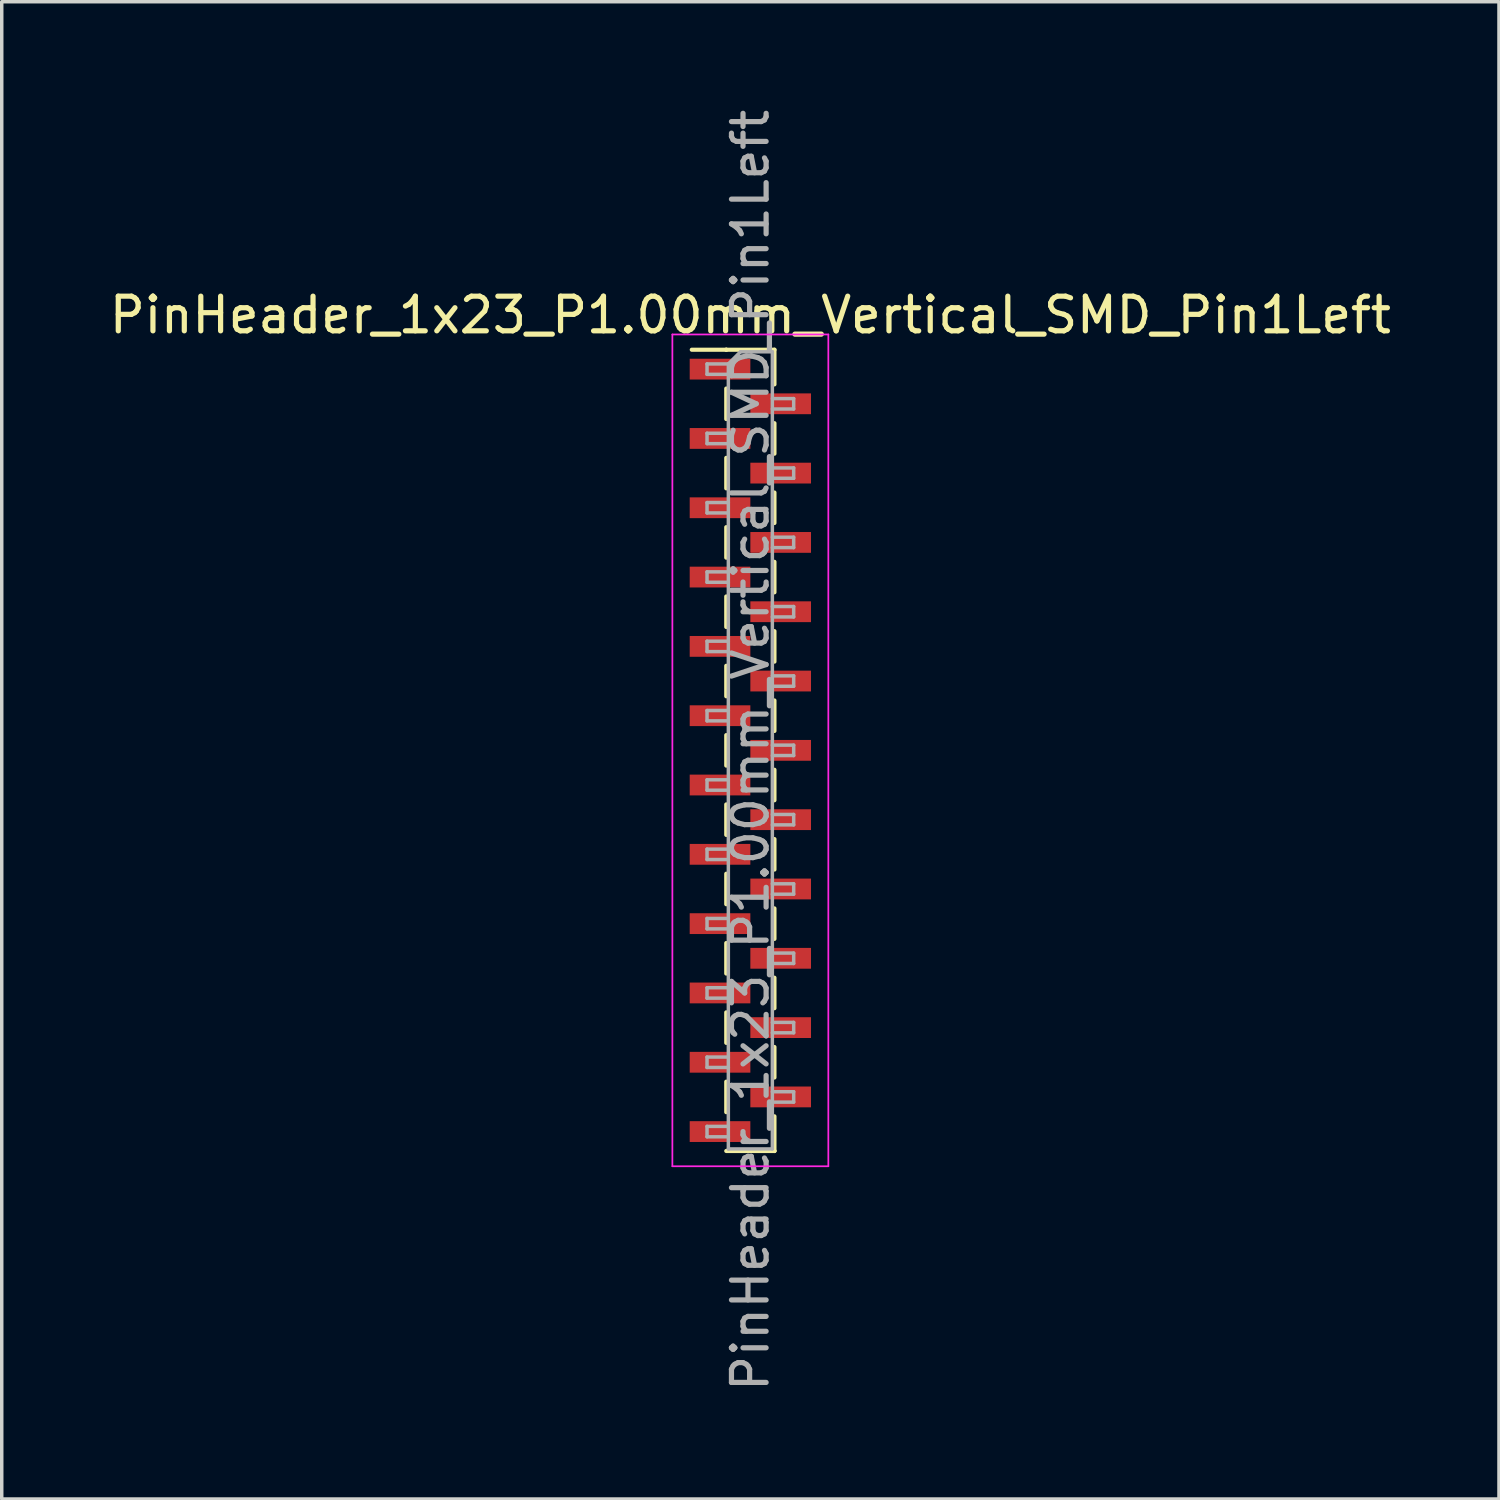
<source format=kicad_pcb>
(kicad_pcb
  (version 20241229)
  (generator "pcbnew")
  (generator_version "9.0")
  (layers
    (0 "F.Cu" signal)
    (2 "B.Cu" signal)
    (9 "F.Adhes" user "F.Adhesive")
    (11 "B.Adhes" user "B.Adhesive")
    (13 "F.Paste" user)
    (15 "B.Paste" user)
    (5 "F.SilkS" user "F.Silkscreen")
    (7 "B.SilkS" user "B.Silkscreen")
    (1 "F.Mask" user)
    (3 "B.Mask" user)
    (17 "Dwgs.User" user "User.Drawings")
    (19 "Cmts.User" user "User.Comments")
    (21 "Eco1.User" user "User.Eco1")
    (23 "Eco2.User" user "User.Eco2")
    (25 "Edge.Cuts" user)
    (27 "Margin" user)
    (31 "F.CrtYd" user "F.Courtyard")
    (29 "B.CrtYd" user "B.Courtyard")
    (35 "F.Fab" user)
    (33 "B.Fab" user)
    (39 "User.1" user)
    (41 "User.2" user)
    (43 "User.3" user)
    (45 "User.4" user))
  (footprint "PinHeader_1x23_P1.00mm_Vertical_SMD_Pin1Left"
    (layer "F.Cu")
    (at 18.601 18.601)
    (property "Reference" "PinHeader_1x23_P1.00mm_Vertical_SMD_Pin1Left" (at 0 -12.56 0) (layer "F.SilkS") (effects (font (size 1 1) (thickness 0.15))))
    (attr smd)
    (fp_line (start -0.695 -11.56) (end -1.69 -11.56) (stroke (width 0.12) (type solid)) (layer "F.SilkS"))
    (fp_line (start -0.695 -11.56) (end -0.695 -11.56) (stroke (width 0.12) (type solid)) (layer "F.SilkS"))
    (fp_line (start -0.695 -11.56) (end 0.695 -11.56) (stroke (width 0.12) (type solid)) (layer "F.SilkS"))
    (fp_line (start -0.695 -10.44) (end -0.695 -9.56) (stroke (width 0.12) (type solid)) (layer "F.SilkS"))
    (fp_line (start -0.695 -8.44) (end -0.695 -7.56) (stroke (width 0.12) (type solid)) (layer "F.SilkS"))
    (fp_line (start -0.695 -6.44) (end -0.695 -5.56) (stroke (width 0.12) (type solid)) (layer "F.SilkS"))
    (fp_line (start -0.695 -4.44) (end -0.695 -3.56) (stroke (width 0.12) (type solid)) (layer "F.SilkS"))
    (fp_line (start -0.695 -2.44) (end -0.695 -1.56) (stroke (width 0.12) (type solid)) (layer "F.SilkS"))
    (fp_line (start -0.695 -0.44) (end -0.695 0.44) (stroke (width 0.12) (type solid)) (layer "F.SilkS"))
    (fp_line (start -0.695 1.56) (end -0.695 2.44) (stroke (width 0.12) (type solid)) (layer "F.SilkS"))
    (fp_line (start -0.695 3.56) (end -0.695 4.44) (stroke (width 0.12) (type solid)) (layer "F.SilkS"))
    (fp_line (start -0.695 5.56) (end -0.695 6.44) (stroke (width 0.12) (type solid)) (layer "F.SilkS"))
    (fp_line (start -0.695 7.56) (end -0.695 8.44) (stroke (width 0.12) (type solid)) (layer "F.SilkS"))
    (fp_line (start -0.695 9.56) (end -0.695 10.44) (stroke (width 0.12) (type solid)) (layer "F.SilkS"))
    (fp_line (start -0.695 11.56) (end 0.695 11.56) (stroke (width 0.12) (type solid)) (layer "F.SilkS"))
    (fp_line (start 0.695 -11.56) (end 0.695 -10.56) (stroke (width 0.12) (type solid)) (layer "F.SilkS"))
    (fp_line (start 0.695 -9.44) (end 0.695 -8.56) (stroke (width 0.12) (type solid)) (layer "F.SilkS"))
    (fp_line (start 0.695 -7.44) (end 0.695 -6.56) (stroke (width 0.12) (type solid)) (layer "F.SilkS"))
    (fp_line (start 0.695 -5.44) (end 0.695 -4.56) (stroke (width 0.12) (type solid)) (layer "F.SilkS"))
    (fp_line (start 0.695 -3.44) (end 0.695 -2.56) (stroke (width 0.12) (type solid)) (layer "F.SilkS"))
    (fp_line (start 0.695 -1.44) (end 0.695 -0.56) (stroke (width 0.12) (type solid)) (layer "F.SilkS"))
    (fp_line (start 0.695 0.56) (end 0.695 1.44) (stroke (width 0.12) (type solid)) (layer "F.SilkS"))
    (fp_line (start 0.695 2.56) (end 0.695 3.44) (stroke (width 0.12) (type solid)) (layer "F.SilkS"))
    (fp_line (start 0.695 4.56) (end 0.695 5.44) (stroke (width 0.12) (type solid)) (layer "F.SilkS"))
    (fp_line (start 0.695 6.56) (end 0.695 7.44) (stroke (width 0.12) (type solid)) (layer "F.SilkS"))
    (fp_line (start 0.695 8.56) (end 0.695 9.44) (stroke (width 0.12) (type solid)) (layer "F.SilkS"))
    (fp_line (start 0.695 10.56) (end 0.695 11.56) (stroke (width 0.12) (type solid)) (layer "F.SilkS"))
    (fp_line (start 0.695 11.56) (end 0.695 11.56) (stroke (width 0.12) (type solid)) (layer "F.SilkS"))
    (fp_line (start -2.25 -12) (end -2.25 12) (stroke (width 0.05) (type solid)) (layer "F.CrtYd"))
    (fp_line (start -2.25 12) (end 2.25 12) (stroke (width 0.05) (type solid)) (layer "F.CrtYd"))
    (fp_line (start 2.25 -12) (end -2.25 -12) (stroke (width 0.05) (type solid)) (layer "F.CrtYd"))
    (fp_line (start 2.25 12) (end 2.25 -12) (stroke (width 0.05) (type solid)) (layer "F.CrtYd"))
    (fp_line (start -1.25 -11.15) (end -1.25 -10.85) (stroke (width 0.1) (type solid)) (layer "F.Fab"))
    (fp_line (start -1.25 -10.85) (end -0.635 -10.85) (stroke (width 0.1) (type solid)) (layer "F.Fab"))
    (fp_line (start -1.25 -9.15) (end -1.25 -8.85) (stroke (width 0.1) (type solid)) (layer "F.Fab"))
    (fp_line (start -1.25 -8.85) (end -0.635 -8.85) (stroke (width 0.1) (type solid)) (layer "F.Fab"))
    (fp_line (start -1.25 -7.15) (end -1.25 -6.85) (stroke (width 0.1) (type solid)) (layer "F.Fab"))
    (fp_line (start -1.25 -6.85) (end -0.635 -6.85) (stroke (width 0.1) (type solid)) (layer "F.Fab"))
    (fp_line (start -1.25 -5.15) (end -1.25 -4.85) (stroke (width 0.1) (type solid)) (layer "F.Fab"))
    (fp_line (start -1.25 -4.85) (end -0.635 -4.85) (stroke (width 0.1) (type solid)) (layer "F.Fab"))
    (fp_line (start -1.25 -3.15) (end -1.25 -2.85) (stroke (width 0.1) (type solid)) (layer "F.Fab"))
    (fp_line (start -1.25 -2.85) (end -0.635 -2.85) (stroke (width 0.1) (type solid)) (layer "F.Fab"))
    (fp_line (start -1.25 -1.15) (end -1.25 -0.85) (stroke (width 0.1) (type solid)) (layer "F.Fab"))
    (fp_line (start -1.25 -0.85) (end -0.635 -0.85) (stroke (width 0.1) (type solid)) (layer "F.Fab"))
    (fp_line (start -1.25 0.85) (end -1.25 1.15) (stroke (width 0.1) (type solid)) (layer "F.Fab"))
    (fp_line (start -1.25 1.15) (end -0.635 1.15) (stroke (width 0.1) (type solid)) (layer "F.Fab"))
    (fp_line (start -1.25 2.85) (end -1.25 3.15) (stroke (width 0.1) (type solid)) (layer "F.Fab"))
    (fp_line (start -1.25 3.15) (end -0.635 3.15) (stroke (width 0.1) (type solid)) (layer "F.Fab"))
    (fp_line (start -1.25 4.85) (end -1.25 5.15) (stroke (width 0.1) (type solid)) (layer "F.Fab"))
    (fp_line (start -1.25 5.15) (end -0.635 5.15) (stroke (width 0.1) (type solid)) (layer "F.Fab"))
    (fp_line (start -1.25 6.85) (end -1.25 7.15) (stroke (width 0.1) (type solid)) (layer "F.Fab"))
    (fp_line (start -1.25 7.15) (end -0.635 7.15) (stroke (width 0.1) (type solid)) (layer "F.Fab"))
    (fp_line (start -1.25 8.85) (end -1.25 9.15) (stroke (width 0.1) (type solid)) (layer "F.Fab"))
    (fp_line (start -1.25 9.15) (end -0.635 9.15) (stroke (width 0.1) (type solid)) (layer "F.Fab"))
    (fp_line (start -1.25 10.85) (end -1.25 11.15) (stroke (width 0.1) (type solid)) (layer "F.Fab"))
    (fp_line (start -1.25 11.15) (end -0.635 11.15) (stroke (width 0.1) (type solid)) (layer "F.Fab"))
    (fp_line (start -0.635 -11.15) (end -1.25 -11.15) (stroke (width 0.1) (type solid)) (layer "F.Fab"))
    (fp_line (start -0.635 -11.15) (end -0.285 -11.5) (stroke (width 0.1) (type solid)) (layer "F.Fab"))
    (fp_line (start -0.635 -9.15) (end -1.25 -9.15) (stroke (width 0.1) (type solid)) (layer "F.Fab"))
    (fp_line (start -0.635 -7.15) (end -1.25 -7.15) (stroke (width 0.1) (type solid)) (layer "F.Fab"))
    (fp_line (start -0.635 -5.15) (end -1.25 -5.15) (stroke (width 0.1) (type solid)) (layer "F.Fab"))
    (fp_line (start -0.635 -3.15) (end -1.25 -3.15) (stroke (width 0.1) (type solid)) (layer "F.Fab"))
    (fp_line (start -0.635 -1.15) (end -1.25 -1.15) (stroke (width 0.1) (type solid)) (layer "F.Fab"))
    (fp_line (start -0.635 0.85) (end -1.25 0.85) (stroke (width 0.1) (type solid)) (layer "F.Fab"))
    (fp_line (start -0.635 2.85) (end -1.25 2.85) (stroke (width 0.1) (type solid)) (layer "F.Fab"))
    (fp_line (start -0.635 4.85) (end -1.25 4.85) (stroke (width 0.1) (type solid)) (layer "F.Fab"))
    (fp_line (start -0.635 6.85) (end -1.25 6.85) (stroke (width 0.1) (type solid)) (layer "F.Fab"))
    (fp_line (start -0.635 8.85) (end -1.25 8.85) (stroke (width 0.1) (type solid)) (layer "F.Fab"))
    (fp_line (start -0.635 10.85) (end -1.25 10.85) (stroke (width 0.1) (type solid)) (layer "F.Fab"))
    (fp_line (start -0.635 11.5) (end -0.635 -11.15) (stroke (width 0.1) (type solid)) (layer "F.Fab"))
    (fp_line (start -0.285 -11.5) (end 0.635 -11.5) (stroke (width 0.1) (type solid)) (layer "F.Fab"))
    (fp_line (start 0.635 -11.5) (end 0.635 11.5) (stroke (width 0.1) (type solid)) (layer "F.Fab"))
    (fp_line (start 0.635 -10.15) (end 1.25 -10.15) (stroke (width 0.1) (type solid)) (layer "F.Fab"))
    (fp_line (start 0.635 -8.15) (end 1.25 -8.15) (stroke (width 0.1) (type solid)) (layer "F.Fab"))
    (fp_line (start 0.635 -6.15) (end 1.25 -6.15) (stroke (width 0.1) (type solid)) (layer "F.Fab"))
    (fp_line (start 0.635 -4.15) (end 1.25 -4.15) (stroke (width 0.1) (type solid)) (layer "F.Fab"))
    (fp_line (start 0.635 -2.15) (end 1.25 -2.15) (stroke (width 0.1) (type solid)) (layer "F.Fab"))
    (fp_line (start 0.635 -0.15) (end 1.25 -0.15) (stroke (width 0.1) (type solid)) (layer "F.Fab"))
    (fp_line (start 0.635 1.85) (end 1.25 1.85) (stroke (width 0.1) (type solid)) (layer "F.Fab"))
    (fp_line (start 0.635 3.85) (end 1.25 3.85) (stroke (width 0.1) (type solid)) (layer "F.Fab"))
    (fp_line (start 0.635 5.85) (end 1.25 5.85) (stroke (width 0.1) (type solid)) (layer "F.Fab"))
    (fp_line (start 0.635 7.85) (end 1.25 7.85) (stroke (width 0.1) (type solid)) (layer "F.Fab"))
    (fp_line (start 0.635 9.85) (end 1.25 9.85) (stroke (width 0.1) (type solid)) (layer "F.Fab"))
    (fp_line (start 0.635 11.5) (end -0.635 11.5) (stroke (width 0.1) (type solid)) (layer "F.Fab"))
    (fp_line (start 1.25 -10.15) (end 1.25 -9.85) (stroke (width 0.1) (type solid)) (layer "F.Fab"))
    (fp_line (start 1.25 -9.85) (end 0.635 -9.85) (stroke (width 0.1) (type solid)) (layer "F.Fab"))
    (fp_line (start 1.25 -8.15) (end 1.25 -7.85) (stroke (width 0.1) (type solid)) (layer "F.Fab"))
    (fp_line (start 1.25 -7.85) (end 0.635 -7.85) (stroke (width 0.1) (type solid)) (layer "F.Fab"))
    (fp_line (start 1.25 -6.15) (end 1.25 -5.85) (stroke (width 0.1) (type solid)) (layer "F.Fab"))
    (fp_line (start 1.25 -5.85) (end 0.635 -5.85) (stroke (width 0.1) (type solid)) (layer "F.Fab"))
    (fp_line (start 1.25 -4.15) (end 1.25 -3.85) (stroke (width 0.1) (type solid)) (layer "F.Fab"))
    (fp_line (start 1.25 -3.85) (end 0.635 -3.85) (stroke (width 0.1) (type solid)) (layer "F.Fab"))
    (fp_line (start 1.25 -2.15) (end 1.25 -1.85) (stroke (width 0.1) (type solid)) (layer "F.Fab"))
    (fp_line (start 1.25 -1.85) (end 0.635 -1.85) (stroke (width 0.1) (type solid)) (layer "F.Fab"))
    (fp_line (start 1.25 -0.15) (end 1.25 0.15) (stroke (width 0.1) (type solid)) (layer "F.Fab"))
    (fp_line (start 1.25 0.15) (end 0.635 0.15) (stroke (width 0.1) (type solid)) (layer "F.Fab"))
    (fp_line (start 1.25 1.85) (end 1.25 2.15) (stroke (width 0.1) (type solid)) (layer "F.Fab"))
    (fp_line (start 1.25 2.15) (end 0.635 2.15) (stroke (width 0.1) (type solid)) (layer "F.Fab"))
    (fp_line (start 1.25 3.85) (end 1.25 4.15) (stroke (width 0.1) (type solid)) (layer "F.Fab"))
    (fp_line (start 1.25 4.15) (end 0.635 4.15) (stroke (width 0.1) (type solid)) (layer "F.Fab"))
    (fp_line (start 1.25 5.85) (end 1.25 6.15) (stroke (width 0.1) (type solid)) (layer "F.Fab"))
    (fp_line (start 1.25 6.15) (end 0.635 6.15) (stroke (width 0.1) (type solid)) (layer "F.Fab"))
    (fp_line (start 1.25 7.85) (end 1.25 8.15) (stroke (width 0.1) (type solid)) (layer "F.Fab"))
    (fp_line (start 1.25 8.15) (end 0.635 8.15) (stroke (width 0.1) (type solid)) (layer "F.Fab"))
    (fp_line (start 1.25 9.85) (end 1.25 10.15) (stroke (width 0.1) (type solid)) (layer "F.Fab"))
    (fp_line (start 1.25 10.15) (end 0.635 10.15) (stroke (width 0.1) (type solid)) (layer "F.Fab"))
    (fp_text user "${REFERENCE}" (at 0 0 90) (layer "F.Fab") (effects (font (size 1 1) (thickness 0.15))))
    (pad "1" smd rect (at -0.875 -11) (size 1.75 0.6) (layers "F.Cu" "F.Mask" "F.Paste"))
    (pad "2" smd rect (at 0.875 -10) (size 1.75 0.6) (layers "F.Cu" "F.Mask" "F.Paste"))
    (pad "3" smd rect (at -0.875 -9) (size 1.75 0.6) (layers "F.Cu" "F.Mask" "F.Paste"))
    (pad "4" smd rect (at 0.875 -8) (size 1.75 0.6) (layers "F.Cu" "F.Mask" "F.Paste"))
    (pad "5" smd rect (at -0.875 -7) (size 1.75 0.6) (layers "F.Cu" "F.Mask" "F.Paste"))
    (pad "6" smd rect (at 0.875 -6) (size 1.75 0.6) (layers "F.Cu" "F.Mask" "F.Paste"))
    (pad "7" smd rect (at -0.875 -5) (size 1.75 0.6) (layers "F.Cu" "F.Mask" "F.Paste"))
    (pad "8" smd rect (at 0.875 -4) (size 1.75 0.6) (layers "F.Cu" "F.Mask" "F.Paste"))
    (pad "9" smd rect (at -0.875 -3) (size 1.75 0.6) (layers "F.Cu" "F.Mask" "F.Paste"))
    (pad "10" smd rect (at 0.875 -2) (size 1.75 0.6) (layers "F.Cu" "F.Mask" "F.Paste"))
    (pad "11" smd rect (at -0.875 -1) (size 1.75 0.6) (layers "F.Cu" "F.Mask" "F.Paste"))
    (pad "12" smd rect (at 0.875 0) (size 1.75 0.6) (layers "F.Cu" "F.Mask" "F.Paste"))
    (pad "13" smd rect (at -0.875 1) (size 1.75 0.6) (layers "F.Cu" "F.Mask" "F.Paste"))
    (pad "14" smd rect (at 0.875 2) (size 1.75 0.6) (layers "F.Cu" "F.Mask" "F.Paste"))
    (pad "15" smd rect (at -0.875 3) (size 1.75 0.6) (layers "F.Cu" "F.Mask" "F.Paste"))
    (pad "16" smd rect (at 0.875 4) (size 1.75 0.6) (layers "F.Cu" "F.Mask" "F.Paste"))
    (pad "17" smd rect (at -0.875 5) (size 1.75 0.6) (layers "F.Cu" "F.Mask" "F.Paste"))
    (pad "18" smd rect (at 0.875 6) (size 1.75 0.6) (layers "F.Cu" "F.Mask" "F.Paste"))
    (pad "19" smd rect (at -0.875 7) (size 1.75 0.6) (layers "F.Cu" "F.Mask" "F.Paste"))
    (pad "20" smd rect (at 0.875 8) (size 1.75 0.6) (layers "F.Cu" "F.Mask" "F.Paste"))
    (pad "21" smd rect (at -0.875 9) (size 1.75 0.6) (layers "F.Cu" "F.Mask" "F.Paste"))
    (pad "22" smd rect (at 0.875 10) (size 1.75 0.6) (layers "F.Cu" "F.Mask" "F.Paste"))
    (pad "23" smd rect (at -0.875 11) (size 1.75 0.6) (layers "F.Cu" "F.Mask" "F.Paste")))
  (gr_rect
    (start -3 -3)
    (end 40.202 40.202)
    (stroke (width 0.1) (type default))
    (fill no)
    (layer "Edge.Cuts")))
</source>
